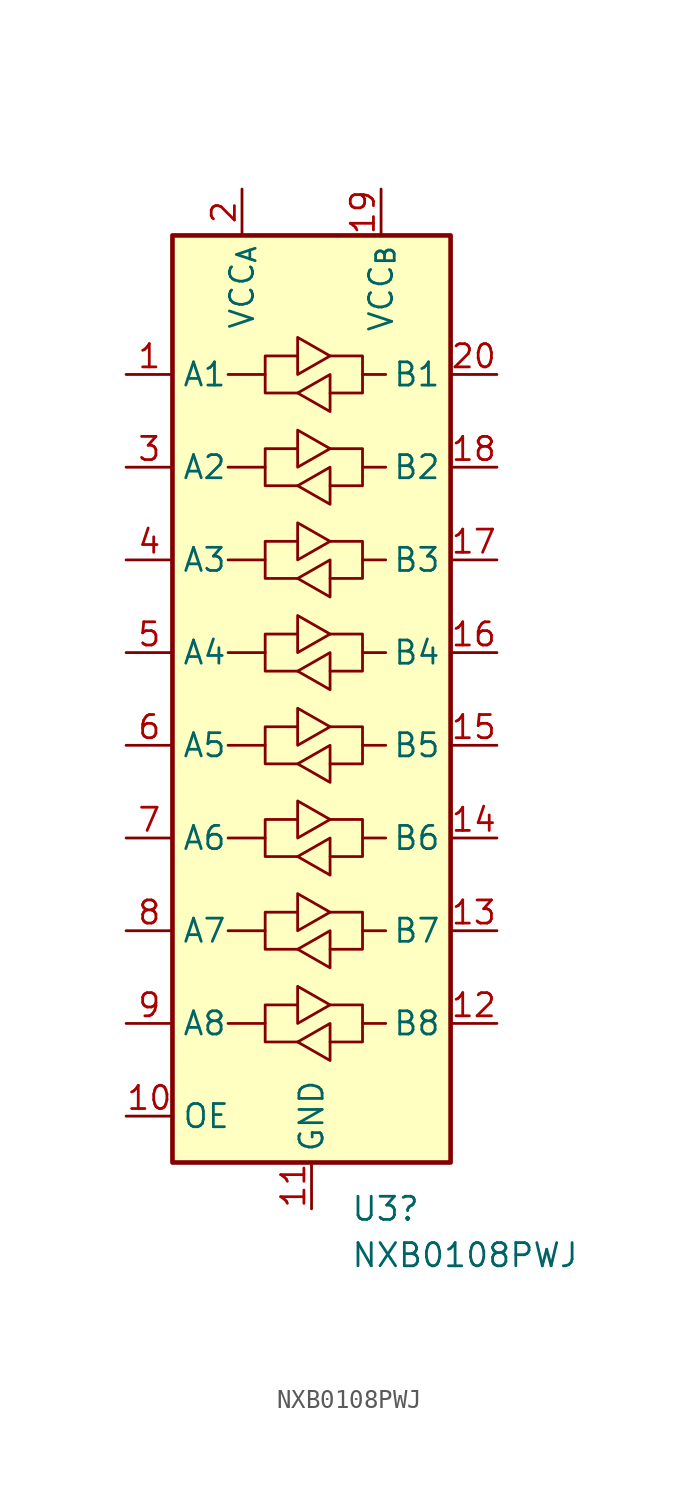
<source format=kicad_sym>
(kicad_symbol_lib
  (version 20241209)
  (generator "kicad_symbol_editor")
  (generator_version "9.0")
  (symbol "NXB0108PWJ"
    (property "Reference" "U3"
      (at 2.143 -27.94 0)
      (effects (font (size 1.27 1.27)) (justify left)))
    (property "Value" "NXB0108PWJ"
      (at 2.143 -30.48 0)
      (effects (font (size 1.27 1.27)) (justify left)))
    (symbol "NXB0108PWJ_0_1"
      (rectangle (start -7.62 25.4) (end 7.62 -25.4) (stroke (width 0.254) (type default)) (fill (type background)))
      (polyline (pts (xy -2.54 17.78) (xy -2.54 18.796) (xy -0.762 18.796)) (stroke (width 0) (type default)) (fill (type none)))
      (polyline (pts (xy -2.54 7.62) (xy -2.54 8.636) (xy -0.762 8.636)) (stroke (width 0) (type default)) (fill (type none)))
      (polyline (pts (xy -2.54 -2.54) (xy -2.54 -1.524) (xy -0.762 -1.524)) (stroke (width 0) (type default)) (fill (type none)))
      (polyline (pts (xy -2.54 -12.7) (xy -2.54 -11.684) (xy -0.762 -11.684)) (stroke (width 0) (type default)) (fill (type none)))
      (polyline (pts (xy -0.762 17.78) (xy -0.762 19.812) (xy 1.016 18.796) (xy -0.762 17.78)) (stroke (width 0) (type default)) (fill (type none)))
      (polyline (pts (xy -0.762 16.764) (xy -2.54 16.764) (xy -2.54 17.78) (xy -4.572 17.78)) (stroke (width 0) (type default)) (fill (type none)))
      (polyline (pts (xy -0.762 7.62) (xy -0.762 9.652) (xy 1.016 8.636) (xy -0.762 7.62)) (stroke (width 0) (type default)) (fill (type none)))
      (polyline (pts (xy -0.762 6.604) (xy -2.54 6.604) (xy -2.54 7.62) (xy -4.572 7.62)) (stroke (width 0) (type default)) (fill (type none)))
      (polyline (pts (xy -0.762 -2.54) (xy -0.762 -0.508) (xy 1.016 -1.524) (xy -0.762 -2.54)) (stroke (width 0) (type default)) (fill (type none)))
      (polyline (pts (xy -0.762 -3.556) (xy -2.54 -3.556) (xy -2.54 -2.54) (xy -4.572 -2.54)) (stroke (width 0) (type default)) (fill (type none)))
      (polyline (pts (xy -0.762 -12.7) (xy -0.762 -10.668) (xy 1.016 -11.684) (xy -0.762 -12.7)) (stroke (width 0) (type default)) (fill (type none)))
      (polyline (pts (xy -0.762 -13.716) (xy -2.54 -13.716) (xy -2.54 -12.7) (xy -4.572 -12.7)) (stroke (width 0) (type default)) (fill (type none)))
      (polyline (pts (xy 1.016 18.796) (xy 2.794 18.796) (xy 2.794 17.78) (xy 4.064 17.78)) (stroke (width 0) (type default)) (fill (type none)))
      (polyline (pts (xy 1.016 17.78) (xy 1.016 16.002) (xy 1.016 15.748) (xy -0.762 16.764) (xy 1.016 17.78)) (stroke (width 0) (type default)) (fill (type none)))
      (polyline (pts (xy 1.016 8.636) (xy 2.794 8.636) (xy 2.794 7.62) (xy 4.064 7.62)) (stroke (width 0) (type default)) (fill (type none)))
      (polyline (pts (xy 1.016 7.62) (xy 1.016 5.842) (xy 1.016 5.588) (xy -0.762 6.604) (xy 1.016 7.62)) (stroke (width 0) (type default)) (fill (type none)))
      (polyline (pts (xy 1.016 2.54) (xy 1.016 0.762) (xy 1.016 0.508) (xy -0.762 1.524) (xy 1.016 2.54)) (stroke (width 0) (type default)) (fill (type none)))
      (polyline (pts (xy 1.016 -1.524) (xy 2.794 -1.524) (xy 2.794 -2.54) (xy 4.064 -2.54)) (stroke (width 0) (type default)) (fill (type none)))
      (polyline (pts (xy 1.016 -2.54) (xy 1.016 -4.318) (xy 1.016 -4.572) (xy -0.762 -3.556) (xy 1.016 -2.54)) (stroke (width 0) (type default)) (fill (type none)))
      (polyline (pts (xy 1.016 -11.684) (xy 2.794 -11.684) (xy 2.794 -12.7) (xy 4.064 -12.7)) (stroke (width 0) (type default)) (fill (type none)))
      (polyline (pts (xy 1.016 -12.7) (xy 1.016 -14.478) (xy 1.016 -14.732) (xy -0.762 -13.716) (xy 1.016 -12.7)) (stroke (width 0) (type default)) (fill (type none)))
      (polyline (pts (xy 1.016 -17.78) (xy 1.016 -19.558) (xy 1.016 -19.812) (xy -0.762 -18.796) (xy 1.016 -17.78)) (stroke (width 0) (type default)) (fill (type none)))
      (polyline (pts (xy 2.794 17.78) (xy 2.794 16.764) (xy 1.016 16.764)) (stroke (width 0) (type default)) (fill (type none)))
      (polyline (pts (xy 2.794 7.62) (xy 2.794 6.604) (xy 1.016 6.604)) (stroke (width 0) (type default)) (fill (type none)))
      (polyline (pts (xy 2.794 -2.54) (xy 2.794 -3.556) (xy 1.016 -3.556)) (stroke (width 0) (type default)) (fill (type none)))
      (polyline (pts (xy 2.794 -12.7) (xy 2.794 -13.716) (xy 1.016 -13.716)) (stroke (width 0) (type default)) (fill (type none))))
    (symbol "NXB0108PWJ_1_0"
      (pin power_in line (at 3.81 27.94 270) (length 2.54) (name "VCC_{B}" (effects (font (size 1.27 1.27)))) (number "19" (effects (font (size 1.27 1.27))))))
    (symbol "NXB0108PWJ_1_1"
      (polyline (pts (xy -2.54 12.7) (xy -2.54 13.716) (xy -0.762 13.716)) (stroke (width 0) (type default)) (fill (type none)))
      (polyline (pts (xy -2.54 2.54) (xy -2.54 3.556) (xy -0.762 3.556)) (stroke (width 0) (type default)) (fill (type none)))
      (polyline (pts (xy -2.54 -7.62) (xy -2.54 -6.604) (xy -0.762 -6.604)) (stroke (width 0) (type default)) (fill (type none)))
      (polyline (pts (xy -2.54 -17.78) (xy -2.54 -16.764) (xy -0.762 -16.764)) (stroke (width 0) (type default)) (fill (type none)))
      (polyline (pts (xy -0.762 12.7) (xy -0.762 14.732) (xy 1.016 13.716) (xy -0.762 12.7)) (stroke (width 0) (type default)) (fill (type none)))
      (polyline (pts (xy -0.762 11.684) (xy -2.54 11.684) (xy -2.54 12.7) (xy -4.572 12.7)) (stroke (width 0) (type default)) (fill (type none)))
      (polyline (pts (xy -0.762 2.54) (xy -0.762 4.572) (xy 1.016 3.556) (xy -0.762 2.54)) (stroke (width 0) (type default)) (fill (type none)))
      (polyline (pts (xy -0.762 1.524) (xy -2.54 1.524) (xy -2.54 2.54) (xy -4.572 2.54)) (stroke (width 0) (type default)) (fill (type none)))
      (polyline (pts (xy -0.762 -7.62) (xy -0.762 -5.588) (xy 1.016 -6.604) (xy -0.762 -7.62)) (stroke (width 0) (type default)) (fill (type none)))
      (polyline (pts (xy -0.762 -8.636) (xy -2.54 -8.636) (xy -2.54 -7.62) (xy -4.572 -7.62)) (stroke (width 0) (type default)) (fill (type none)))
      (polyline (pts (xy -0.762 -17.78) (xy -0.762 -15.748) (xy 1.016 -16.764) (xy -0.762 -17.78)) (stroke (width 0) (type default)) (fill (type none)))
      (polyline (pts (xy -0.762 -18.796) (xy -2.54 -18.796) (xy -2.54 -17.78) (xy -4.572 -17.78)) (stroke (width 0) (type default)) (fill (type none)))
      (polyline (pts (xy 1.016 13.716) (xy 2.794 13.716) (xy 2.794 12.7) (xy 4.064 12.7)) (stroke (width 0) (type default)) (fill (type none)))
      (polyline (pts (xy 1.016 12.7) (xy 1.016 10.922) (xy 1.016 10.668) (xy -0.762 11.684) (xy 1.016 12.7)) (stroke (width 0) (type default)) (fill (type none)))
      (polyline (pts (xy 1.016 3.556) (xy 2.794 3.556) (xy 2.794 2.54) (xy 4.064 2.54)) (stroke (width 0) (type default)) (fill (type none)))
      (polyline (pts (xy 1.016 -6.604) (xy 2.794 -6.604) (xy 2.794 -7.62) (xy 4.064 -7.62)) (stroke (width 0) (type default)) (fill (type none)))
      (polyline (pts (xy 1.016 -7.62) (xy 1.016 -9.398) (xy 1.016 -9.652) (xy -0.762 -8.636) (xy 1.016 -7.62)) (stroke (width 0) (type default)) (fill (type none)))
      (polyline (pts (xy 1.016 -16.764) (xy 2.794 -16.764) (xy 2.794 -17.78) (xy 4.064 -17.78)) (stroke (width 0) (type default)) (fill (type none)))
      (polyline (pts (xy 2.794 12.7) (xy 2.794 11.684) (xy 1.016 11.684)) (stroke (width 0) (type default)) (fill (type none)))
      (polyline (pts (xy 2.794 2.54) (xy 2.794 1.524) (xy 1.016 1.524)) (stroke (width 0) (type default)) (fill (type none)))
      (polyline (pts (xy 2.794 -7.62) (xy 2.794 -8.636) (xy 1.016 -8.636)) (stroke (width 0) (type default)) (fill (type none)))
      (polyline (pts (xy 2.794 -17.78) (xy 2.794 -18.796) (xy 1.016 -18.796)) (stroke (width 0) (type default)) (fill (type none)))
      (pin bidirectional line (at -10.16 17.78 0) (length 2.54) (name "A1" (effects (font (size 1.27 1.27)))) (number "1" (effects (font (size 1.27 1.27)))))
      (pin bidirectional line (at -10.16 12.7 0) (length 2.54) (name "A2" (effects (font (size 1.27 1.27)))) (number "3" (effects (font (size 1.27 1.27)))))
      (pin bidirectional line (at -10.16 7.62 0) (length 2.54) (name "A3" (effects (font (size 1.27 1.27)))) (number "4" (effects (font (size 1.27 1.27)))))
      (pin bidirectional line (at -10.16 2.54 0) (length 2.54) (name "A4" (effects (font (size 1.27 1.27)))) (number "5" (effects (font (size 1.27 1.27)))))
      (pin bidirectional line (at -10.16 -2.54 0) (length 2.54) (name "A5" (effects (font (size 1.27 1.27)))) (number "6" (effects (font (size 1.27 1.27)))))
      (pin bidirectional line (at -10.16 -7.62 0) (length 2.54) (name "A6" (effects (font (size 1.27 1.27)))) (number "7" (effects (font (size 1.27 1.27)))))
      (pin bidirectional line (at -10.16 -12.7 0) (length 2.54) (name "A7" (effects (font (size 1.27 1.27)))) (number "8" (effects (font (size 1.27 1.27)))))
      (pin bidirectional line (at -10.16 -17.78 0) (length 2.54) (name "A8" (effects (font (size 1.27 1.27)))) (number "9" (effects (font (size 1.27 1.27)))))
      (pin input line (at -10.16 -22.86 0) (length 2.54) (name "OE" (effects (font (size 1.27 1.27)))) (number "10" (effects (font (size 1.27 1.27)))))
      (pin power_in line (at -3.81 27.94 270) (length 2.54) (name "VCC_{A}" (effects (font (size 1.27 1.27)))) (number "2" (effects (font (size 1.27 1.27)))))
      (pin power_in line (at 0 -27.94 90) (length 2.54) (name "GND" (effects (font (size 1.27 1.27)))) (number "11" (effects (font (size 1.27 1.27)))))
      (pin bidirectional line (at 10.16 17.78 180) (length 2.54) (name "B1" (effects (font (size 1.27 1.27)))) (number "20" (effects (font (size 1.27 1.27)))))
      (pin bidirectional line (at 10.16 12.7 180) (length 2.54) (name "B2" (effects (font (size 1.27 1.27)))) (number "18" (effects (font (size 1.27 1.27)))))
      (pin bidirectional line (at 10.16 7.62 180) (length 2.54) (name "B3" (effects (font (size 1.27 1.27)))) (number "17" (effects (font (size 1.27 1.27)))))
      (pin bidirectional line (at 10.16 2.54 180) (length 2.54) (name "B4" (effects (font (size 1.27 1.27)))) (number "16" (effects (font (size 1.27 1.27)))))
      (pin bidirectional line (at 10.16 -2.54 180) (length 2.54) (name "B5" (effects (font (size 1.27 1.27)))) (number "15" (effects (font (size 1.27 1.27)))))
      (pin bidirectional line (at 10.16 -7.62 180) (length 2.54) (name "B6" (effects (font (size 1.27 1.27)))) (number "14" (effects (font (size 1.27 1.27)))))
      (pin bidirectional line (at 10.16 -12.7 180) (length 2.54) (name "B7" (effects (font (size 1.27 1.27)))) (number "13" (effects (font (size 1.27 1.27)))))
      (pin bidirectional line (at 10.16 -17.78 180) (length 2.54) (name "B8" (effects (font (size 1.27 1.27)))) (number "12" (effects (font (size 1.27 1.27))))))))
</source>
